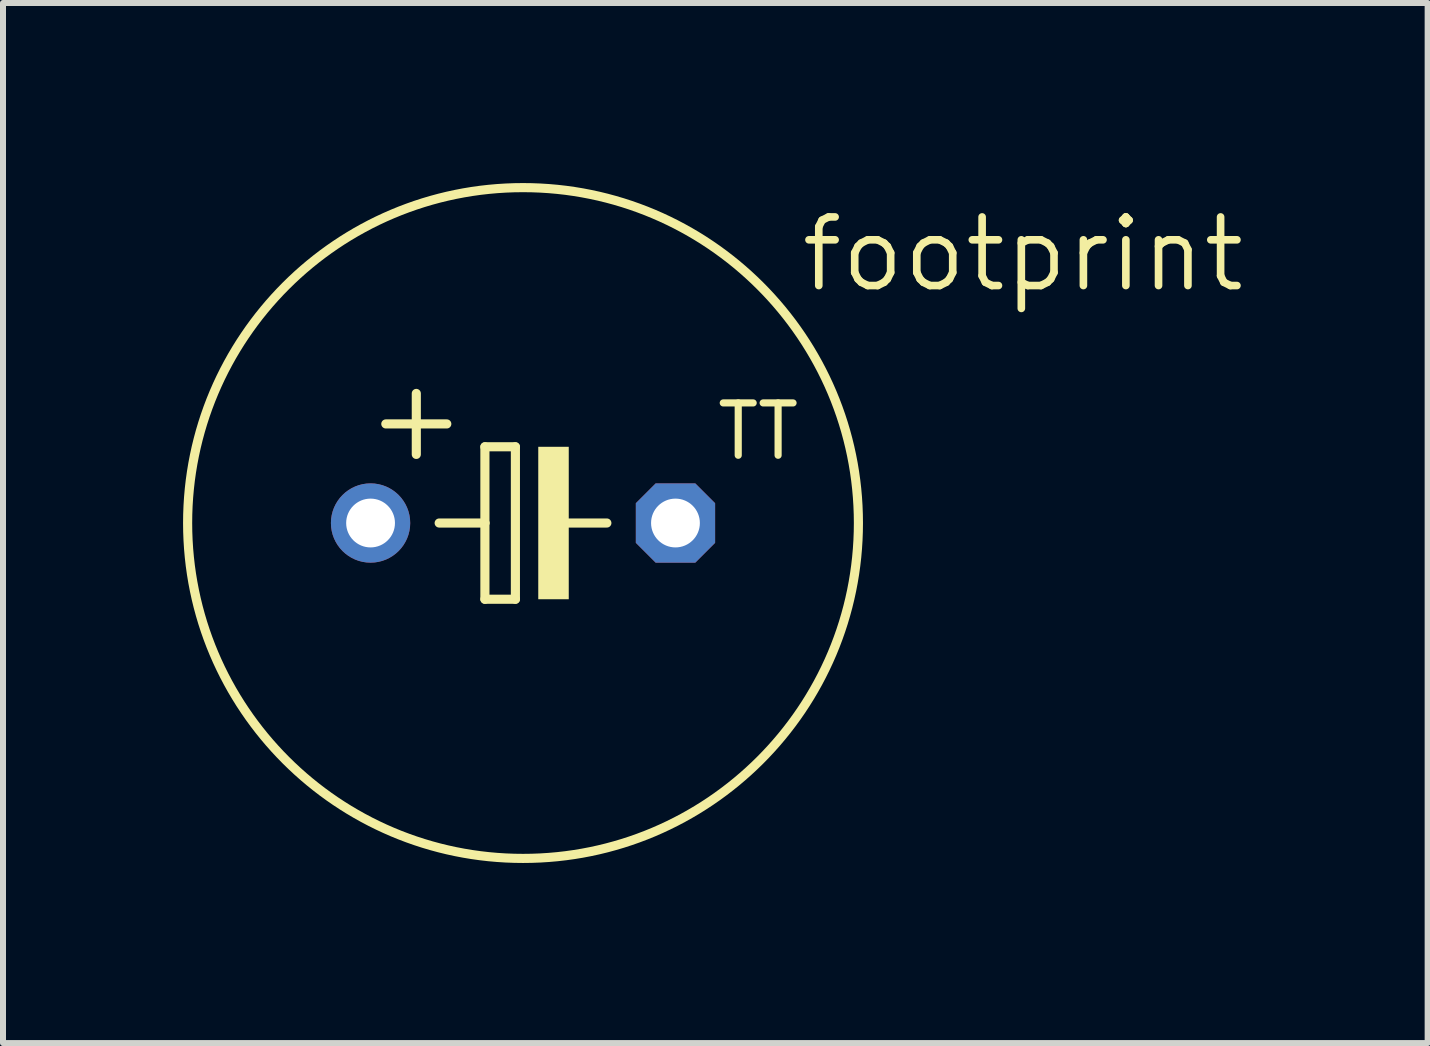
<source format=kicad_pcb>
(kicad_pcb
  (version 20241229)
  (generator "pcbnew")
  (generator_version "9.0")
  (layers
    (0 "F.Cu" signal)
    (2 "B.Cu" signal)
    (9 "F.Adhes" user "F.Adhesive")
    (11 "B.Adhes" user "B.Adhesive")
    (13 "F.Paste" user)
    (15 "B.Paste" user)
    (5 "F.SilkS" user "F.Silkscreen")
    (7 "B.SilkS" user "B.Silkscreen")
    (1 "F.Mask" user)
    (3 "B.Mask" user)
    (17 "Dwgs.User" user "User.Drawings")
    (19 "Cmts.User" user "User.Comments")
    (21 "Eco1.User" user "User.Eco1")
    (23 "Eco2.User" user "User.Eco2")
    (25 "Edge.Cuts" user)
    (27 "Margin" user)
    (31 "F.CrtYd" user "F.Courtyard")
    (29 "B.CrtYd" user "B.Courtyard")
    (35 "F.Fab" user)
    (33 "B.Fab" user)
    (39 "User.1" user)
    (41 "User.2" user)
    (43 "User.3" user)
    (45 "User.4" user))
  (footprint "footprint"
    (layer "F.Cu")
    (at 5.664 5.664)
    (property "Reference" "footprint" (at 4.572 -3.81 0) (layer "F.SilkS") (effects (font (size 1.143 1.143) (thickness 0.127)) (justify left bottom)))
    (fp_line (start -1.778 -2.159) (end -1.778 -1.143) (stroke (width 0.152) (type solid)) (layer "F.SilkS"))
    (fp_line (start -1.397 0) (end -0.635 0) (stroke (width 0.152) (type solid)) (layer "F.SilkS"))
    (fp_line (start -1.27 -1.651) (end -2.286 -1.651) (stroke (width 0.152) (type solid)) (layer "F.SilkS"))
    (fp_line (start -0.635 -1.27) (end -0.635 0) (stroke (width 0.152) (type solid)) (layer "F.SilkS"))
    (fp_line (start -0.635 0) (end -0.635 1.27) (stroke (width 0.152) (type solid)) (layer "F.SilkS"))
    (fp_line (start -0.635 1.27) (end -0.127 1.27) (stroke (width 0.152) (type solid)) (layer "F.SilkS"))
    (fp_line (start -0.127 -1.27) (end -0.635 -1.27) (stroke (width 0.152) (type solid)) (layer "F.SilkS"))
    (fp_line (start -0.127 1.27) (end -0.127 -1.27) (stroke (width 0.152) (type solid)) (layer "F.SilkS"))
    (fp_line (start 0.635 0) (end 1.397 0) (stroke (width 0.152) (type solid)) (layer "F.SilkS"))
    (fp_circle (center 0 0) (end 5.588 0) (stroke (width 0.152) (type solid)) (fill no) (layer "F.SilkS"))
    (fp_poly (pts (xy 0.254 1.27) (xy 0.762 1.27) (xy 0.762 -1.27) (xy 0.254 -1.27)) (stroke (width 0) (type solid)) (fill yes) (layer "F.SilkS"))
    (fp_text user "TT" (at 3.175 -1.016 0) (layer "F.SilkS") (effects (font (size 0.872 0.872) (thickness 0.119)) (justify left bottom)))
    (pad "+" thru_hole circle (at -2.54 0) (size 1.321 1.321) (drill 0.813) (layers "*.Cu" "*.Mask"))
    (pad "-" thru_hole roundrect (at 2.54 0) (size 1.321 1.321) (drill 0.813) (layers "*.Cu" "*.Mask") (roundrect_rratio 0.25) (chamfer_ratio 0.25) (chamfer top_left top_right bottom_left bottom_right)))
  (gr_rect
    (start -3 -3)
    (end 20.736 14.328)
    (stroke (width 0.1) (type default))
    (fill no)
    (layer "Edge.Cuts")))
</source>
